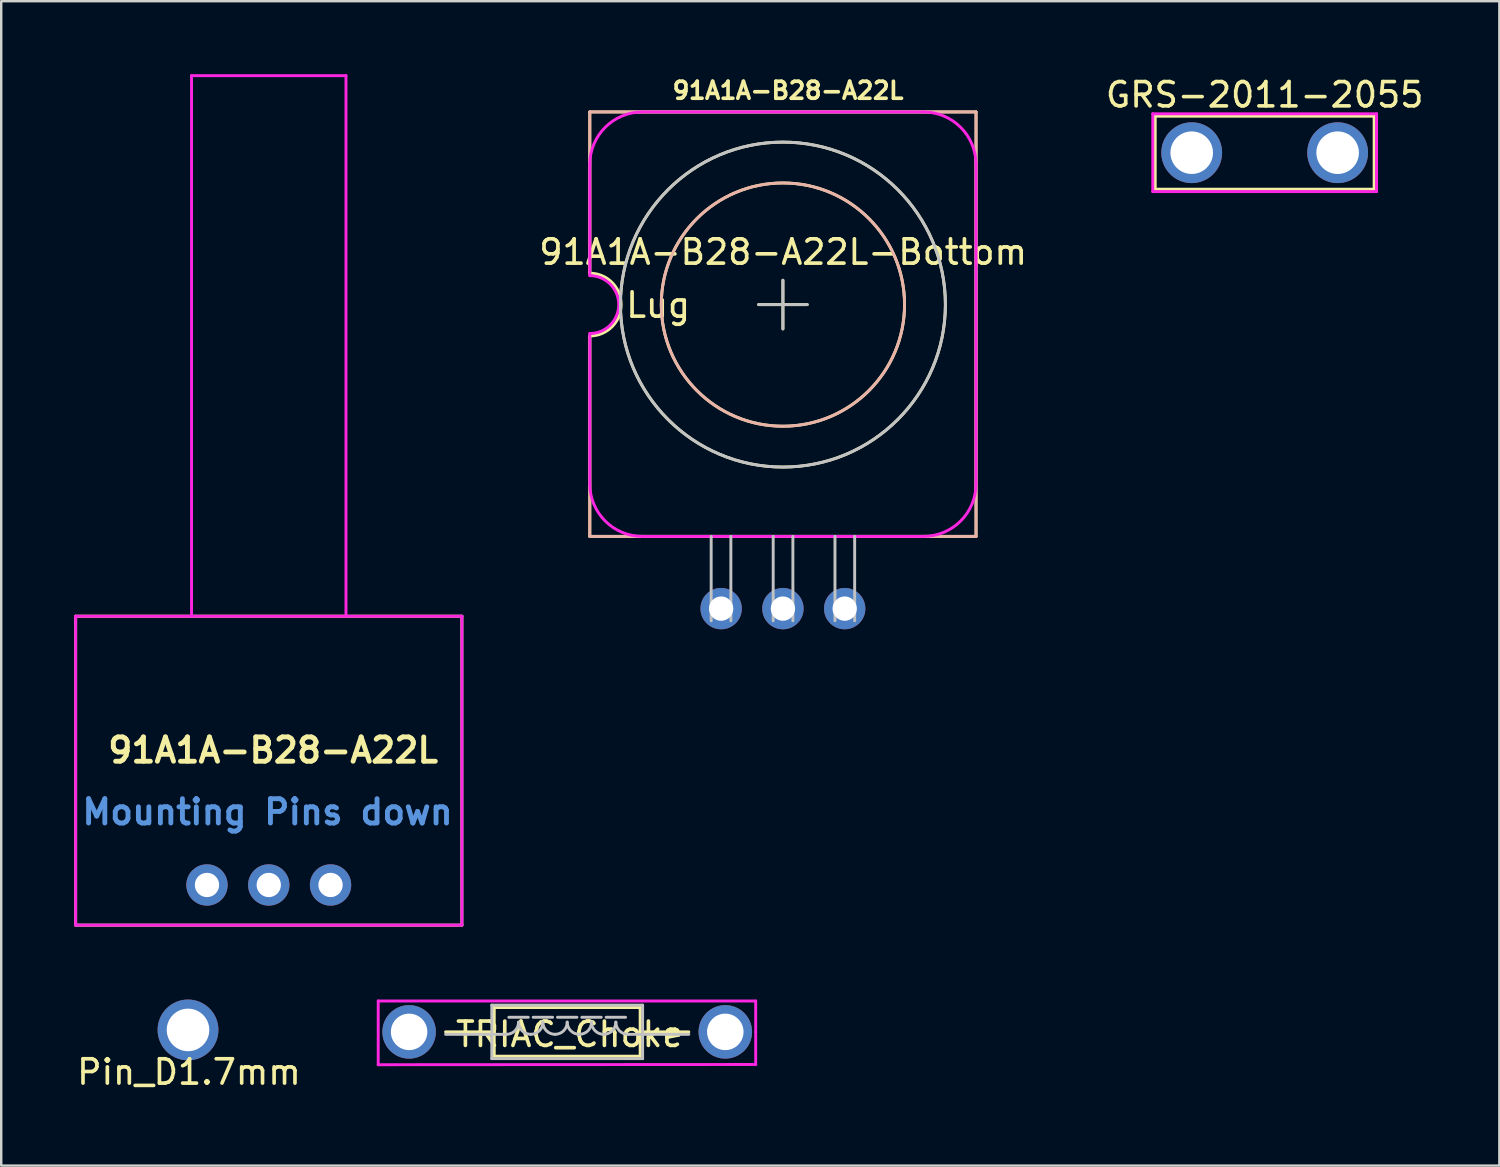
<source format=kicad_pcb>
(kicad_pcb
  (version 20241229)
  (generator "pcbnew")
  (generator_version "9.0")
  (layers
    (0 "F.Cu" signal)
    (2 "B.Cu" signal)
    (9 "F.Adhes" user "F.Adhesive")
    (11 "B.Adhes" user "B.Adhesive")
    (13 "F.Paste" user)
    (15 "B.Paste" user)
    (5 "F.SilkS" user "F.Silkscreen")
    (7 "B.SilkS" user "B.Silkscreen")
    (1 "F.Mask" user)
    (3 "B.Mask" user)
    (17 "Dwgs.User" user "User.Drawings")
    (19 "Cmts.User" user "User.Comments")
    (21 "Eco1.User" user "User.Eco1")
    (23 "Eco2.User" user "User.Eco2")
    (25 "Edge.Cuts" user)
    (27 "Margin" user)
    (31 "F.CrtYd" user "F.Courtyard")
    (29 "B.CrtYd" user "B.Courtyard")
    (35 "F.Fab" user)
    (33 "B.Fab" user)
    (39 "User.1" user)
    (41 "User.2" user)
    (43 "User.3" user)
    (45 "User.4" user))
  (footprint "91A1A-B28-A22L"
    (layer "F.Cu")
    (at 8 33.335)
    (property "Reference" "91A1A-B28-A22L" (at 0.18 -5.54 0) (layer "F.SilkS") (effects (font (size 1 1) (thickness 0.2))))
    (attr through_hole)
    (fp_line (start -7.94 -11.05) (end -7.94 1.65) (stroke (width 0.12) (type solid)) (layer "F.SilkS"))
    (fp_line (start -7.94 -11.05) (end 7.94 -11.05) (stroke (width 0.12) (type solid)) (layer "F.SilkS"))
    (fp_line (start -7.94 1.65) (end 7.94 1.65) (stroke (width 0.12) (type solid)) (layer "F.SilkS"))
    (fp_line (start 7.94 1.65) (end 7.94 -11.05) (stroke (width 0.12) (type solid)) (layer "F.SilkS"))
    (fp_line (start -7.94 -11.05) (end -7.94 1.65) (stroke (width 0.12) (type solid)) (layer "F.CrtYd"))
    (fp_line (start -7.94 1.65) (end 7.94 1.65) (stroke (width 0.12) (type solid)) (layer "F.CrtYd"))
    (fp_line (start -3.175 -33.275) (end -3.175 -11.05) (stroke (width 0.12) (type solid)) (layer "F.CrtYd"))
    (fp_line (start 3.175 -33.275) (end -3.175 -33.275) (stroke (width 0.12) (type solid)) (layer "F.CrtYd"))
    (fp_line (start 3.175 -33.275) (end 3.175 -11.05) (stroke (width 0.12) (type solid)) (layer "F.CrtYd"))
    (fp_line (start 7.94 -11.05) (end -7.94 -11.05) (stroke (width 0.12) (type solid)) (layer "F.CrtYd"))
    (fp_line (start 7.94 1.64) (end 7.94 -11.05) (stroke (width 0.12) (type solid)) (layer "F.CrtYd"))
    (fp_text user "Mounting Pins down" (at -0.05 -3 0) (layer "Cmts.User") (effects (font (size 1 1) (thickness 0.2))))
    (pad "1" thru_hole circle (at -2.54 0) (size 1.7 1.7) (drill 1) (layers "*.Cu" "*.Mask"))
    (pad "2" thru_hole circle (at 0 0) (size 1.7 1.7) (drill 1) (layers "*.Cu" "*.Mask"))
    (pad "3" thru_hole circle (at 2.54 0) (size 1.7 1.7) (drill 1) (layers "*.Cu" "*.Mask")))
  (footprint "91A1A-B28-A22L-Bottom"
    (layer "F.Cu")
    (at 29.139 9.473)
    (property "Reference" "91A1A-B28-A22L-Bottom" (at 0.01 -2.16 0) (layer "F.SilkS") (effects (font (size 1 1) (thickness 0.15))))
    (attr through_hole)
    (fp_line (start -7.94 -7.92) (end 7.94 -7.92) (stroke (width 0.12) (type solid)) (layer "F.SilkS"))
    (fp_line (start -7.94 -1.29) (end -7.94 -7.92) (stroke (width 0.12) (type solid)) (layer "F.SilkS"))
    (fp_line (start -7.94 9.53) (end -7.94 1.29) (stroke (width 0.12) (type solid)) (layer "F.SilkS"))
    (fp_line (start 0 -1) (end 0 1) (stroke (width 0.12) (type solid)) (layer "F.SilkS"))
    (fp_line (start 1 0) (end -1 0) (stroke (width 0.12) (type solid)) (layer "F.SilkS"))
    (fp_line (start 7.94 -7.92) (end 7.94 9.53) (stroke (width 0.12) (type solid)) (layer "F.SilkS"))
    (fp_line (start 7.94 9.53) (end -7.94 9.53) (stroke (width 0.12) (type solid)) (layer "F.SilkS"))
    (fp_arc (start -7.94 -1.29) (mid -6.65 0) (end -7.94 1.29) (stroke (width 0.12) (type solid)) (layer "F.SilkS"))
    (fp_circle (center 0 0) (end 5 0.08) (stroke (width 0.12) (type solid)) (fill no) (layer "F.SilkS"))
    (fp_circle (center 0 0) (end 6.68 0) (stroke (width 0.12) (type solid)) (fill no) (layer "F.SilkS"))
    (fp_line (start -7.94 -7.92) (end 7.94 -7.92) (stroke (width 0.12) (type solid)) (layer "B.SilkS"))
    (fp_line (start -7.94 -1.29) (end -7.94 -7.92) (stroke (width 0.12) (type solid)) (layer "B.SilkS"))
    (fp_line (start -7.94 9.53) (end -7.94 1.29) (stroke (width 0.12) (type solid)) (layer "B.SilkS"))
    (fp_line (start 7.94 -7.92) (end 7.94 9.53) (stroke (width 0.12) (type solid)) (layer "B.SilkS"))
    (fp_line (start 7.94 9.53) (end -7.94 9.53) (stroke (width 0.12) (type solid)) (layer "B.SilkS"))
    (fp_circle (center 0 0) (end 5.001 0) (stroke (width 0.12) (type solid)) (fill no) (layer "B.SilkS"))
    (fp_line (start -2.95 13) (end -2.95 9.53) (stroke (width 0.12) (type solid)) (layer "Dwgs.User"))
    (fp_line (start -2.14 13) (end -2.14 9.53) (stroke (width 0.12) (type solid)) (layer "Dwgs.User"))
    (fp_line (start -1 0) (end 1 0) (stroke (width 0.12) (type solid)) (layer "Dwgs.User"))
    (fp_line (start -0.4 9.53) (end -0.4 13) (stroke (width 0.12) (type solid)) (layer "Dwgs.User"))
    (fp_line (start 0 1) (end 0 -1) (stroke (width 0.12) (type solid)) (layer "Dwgs.User"))
    (fp_line (start 0.41 13) (end 0.41 9.53) (stroke (width 0.12) (type solid)) (layer "Dwgs.User"))
    (fp_line (start 2.14 13) (end 2.14 9.53) (stroke (width 0.12) (type solid)) (layer "Dwgs.User"))
    (fp_line (start 2.95 13) (end 2.95 9.53) (stroke (width 0.12) (type solid)) (layer "Dwgs.User"))
    (fp_circle (center 0 0) (end 6.68 0) (stroke (width 0.12) (type solid)) (fill no) (layer "Dwgs.User"))
    (fp_line (start -7.94 -1.19) (end -7.94 -5.76) (stroke (width 0.12) (type solid)) (layer "F.CrtYd"))
    (fp_line (start -7.94 1.19) (end -7.94 7.37) (stroke (width 0.12) (type solid)) (layer "F.CrtYd"))
    (fp_line (start 5.78 -7.92) (end -5.78 -7.92) (stroke (width 0.12) (type solid)) (layer "F.CrtYd"))
    (fp_line (start 5.78 9.53) (end -5.78 9.53) (stroke (width 0.12) (type solid)) (layer "F.CrtYd"))
    (fp_line (start 7.94 -5.76) (end 7.94 7.37) (stroke (width 0.12) (type solid)) (layer "F.CrtYd"))
    (fp_arc (start -7.94 -5.76) (mid -7.307351 -7.287351) (end -5.78 -7.92) (stroke (width 0.12) (type solid)) (layer "F.CrtYd"))
    (fp_arc (start -7.94 -1.19) (mid -6.75 0) (end -7.94 1.19) (stroke (width 0.12) (type solid)) (layer "F.CrtYd"))
    (fp_arc (start -5.78 9.53) (mid -7.307351 8.897351) (end -7.94 7.37) (stroke (width 0.12) (type solid)) (layer "F.CrtYd"))
    (fp_arc (start 5.78 -7.92) (mid 7.307351 -7.287351) (end 7.94 -5.76) (stroke (width 0.12) (type solid)) (layer "F.CrtYd"))
    (fp_arc (start 7.94 7.37) (mid 7.307351 8.897351) (end 5.78 9.53) (stroke (width 0.12) (type solid)) (layer "F.CrtYd"))
    (fp_text user "Lug" (at -5.13 0.02 0) (layer "F.SilkS") (effects (font (size 1 1) (thickness 0.15))))
    (fp_text user "91A1A-B28-A22L" (at 0.21 -8.8 0) (layer "F.SilkS") (effects (font (size 0.7 0.7) (thickness 0.15))))
    (pad "1" thru_hole circle (at -2.54 12.5) (size 1.7 1.7) (drill 1) (layers "*.Cu" "*.Mask"))
    (pad "2" thru_hole circle (at 0 12.5) (size 1.7 1.7) (drill 1) (layers "*.Cu" "*.Mask"))
    (pad "3" thru_hole circle (at 2.54 12.5) (size 1.7 1.7) (drill 1) (layers "*.Cu" "*.Mask")))
  (footprint "GRS-2011-2055"
    (layer "F.Cu")
    (at 48.946 3.228)
    (property "Reference" "GRS-2011-2055" (at 0 -2.38 0) (layer "F.SilkS") (effects (font (size 1 1) (thickness 0.15))))
    (attr through_hole)
    (fp_line (start -4.5 -1.5) (end -4.5 1.5) (stroke (width 0.12) (type solid)) (layer "F.SilkS"))
    (fp_line (start -4.5 -1.5) (end 4.5 -1.5) (stroke (width 0.12) (type solid)) (layer "F.SilkS"))
    (fp_line (start 4.5 -1.5) (end 4.5 1.5) (stroke (width 0.12) (type solid)) (layer "F.SilkS"))
    (fp_line (start 4.5 1.5) (end -4.5 1.5) (stroke (width 0.12) (type solid)) (layer "F.SilkS"))
    (fp_line (start -4.6 -1.6) (end -4.6 1.6) (stroke (width 0.12) (type solid)) (layer "F.CrtYd"))
    (fp_line (start -4.6 1.6) (end 4.6 1.6) (stroke (width 0.12) (type solid)) (layer "F.CrtYd"))
    (fp_line (start 4.6 -1.6) (end -4.6 -1.6) (stroke (width 0.12) (type solid)) (layer "F.CrtYd"))
    (fp_line (start 4.6 1.6) (end 4.6 -1.6) (stroke (width 0.12) (type solid)) (layer "F.CrtYd"))
    (pad "1" thru_hole circle (at -3 0) (size 2.5 2.5) (drill 1.75) (layers "*.Cu" "*.Mask"))
    (pad "2" thru_hole circle (at 3 0) (size 2.5 2.5) (drill 1.75) (layers "*.Cu" "*.Mask")))
  (footprint "Pin_D1.7mm"
    (layer "F.Cu")
    (at 4.68 39.295)
    (property "Reference" "Pin_D1.7mm" (at 0.04 1.73 0) (layer "F.SilkS") (effects (font (size 1 1) (thickness 0.15))))
    (attr through_hole)
    (pad "1" thru_hole circle (at 0 0) (size 2.5 2.5) (drill 1.75) (layers "*.Cu" "*.Mask")))
  (footprint "TRIAC_Choke"
    (layer "F.Cu")
    (at 20.27 39.375)
    (property "Reference" "TRIAC_Choke" (at 0.1 0.1 0) (layer "F.SilkS") (effects (font (size 1 1) (thickness 0.15))))
    (attr through_hole)
    (fp_line (start -3 -1) (end 3 -1) (stroke (width 0.12) (type solid)) (layer "F.SilkS"))
    (fp_line (start -3 0) (end -5 0) (stroke (width 0.12) (type solid)) (layer "F.SilkS"))
    (fp_line (start -3 0) (end -3 -1) (stroke (width 0.12) (type solid)) (layer "F.SilkS"))
    (fp_line (start -3 1) (end -3 0) (stroke (width 0.12) (type solid)) (layer "F.SilkS"))
    (fp_line (start 3 -1) (end 3 0) (stroke (width 0.12) (type solid)) (layer "F.SilkS"))
    (fp_line (start 3 0) (end 3 1) (stroke (width 0.12) (type solid)) (layer "F.SilkS"))
    (fp_line (start 3 0) (end 5 0) (stroke (width 0.12) (type solid)) (layer "F.SilkS"))
    (fp_line (start 3 1) (end -3 1) (stroke (width 0.12) (type solid)) (layer "F.SilkS"))
    (fp_line (start -3.1 -1.1) (end 3.1 -1.1) (stroke (width 0.12) (type solid)) (layer "Dwgs.User"))
    (fp_line (start -3.1 1.1) (end -3.1 -1.1) (stroke (width 0.12) (type solid)) (layer "Dwgs.User"))
    (fp_line (start -2.5 0.1) (end -5 0.1) (stroke (width 0.12) (type solid)) (layer "Dwgs.User"))
    (fp_line (start -2.4 -0.6) (end -1.6 -0.6) (stroke (width 0.12) (type solid)) (layer "Dwgs.User"))
    (fp_line (start -1.4 -0.6) (end -0.6 -0.6) (stroke (width 0.12) (type solid)) (layer "Dwgs.User"))
    (fp_line (start -0.4 -0.6) (end 0.4 -0.6) (stroke (width 0.12) (type solid)) (layer "Dwgs.User"))
    (fp_line (start 0.6 -0.6) (end 1.4 -0.6) (stroke (width 0.12) (type solid)) (layer "Dwgs.User"))
    (fp_line (start 1.6 -0.6) (end 2.4 -0.6) (stroke (width 0.12) (type solid)) (layer "Dwgs.User"))
    (fp_line (start 2.5 0.1) (end 5 0.1) (stroke (width 0.12) (type solid)) (layer "Dwgs.User"))
    (fp_line (start 3.1 -1.1) (end 3.1 1.1) (stroke (width 0.12) (type solid)) (layer "Dwgs.User"))
    (fp_line (start 3.1 1.1) (end -3.1 1.1) (stroke (width 0.12) (type solid)) (layer "Dwgs.User"))
    (fp_arc (start -2 -0.4) (mid -2.146447 -0.046447) (end -2.5 0.1) (stroke (width 0.12) (type solid)) (layer "Dwgs.User"))
    (fp_arc (start -1.5 0.1) (mid -1.853553 -0.046447) (end -2 -0.4) (stroke (width 0.12) (type solid)) (layer "Dwgs.User"))
    (fp_arc (start -1 -0.4) (mid -1.146447 -0.046447) (end -1.5 0.1) (stroke (width 0.12) (type solid)) (layer "Dwgs.User"))
    (fp_arc (start -0.5 0.1) (mid -0.853553 -0.046447) (end -1 -0.4) (stroke (width 0.12) (type solid)) (layer "Dwgs.User"))
    (fp_arc (start 0 -0.4) (mid -0.146447 -0.046447) (end -0.5 0.1) (stroke (width 0.12) (type solid)) (layer "Dwgs.User"))
    (fp_arc (start 0.5 0.1) (mid 0.146447 -0.046447) (end 0 -0.4) (stroke (width 0.12) (type solid)) (layer "Dwgs.User"))
    (fp_arc (start 1 -0.4) (mid 0.853553 -0.046447) (end 0.5 0.1) (stroke (width 0.12) (type solid)) (layer "Dwgs.User"))
    (fp_arc (start 1.5 0.1) (mid 1.146447 -0.046447) (end 1 -0.4) (stroke (width 0.12) (type solid)) (layer "Dwgs.User"))
    (fp_arc (start 2 -0.4) (mid 1.853553 -0.046447) (end 1.5 0.1) (stroke (width 0.12) (type solid)) (layer "Dwgs.User"))
    (fp_arc (start 2.5 0.1) (mid 2.146447 -0.046447) (end 2 -0.4) (stroke (width 0.12) (type solid)) (layer "Dwgs.User"))
    (fp_line (start -7.77 -1.27) (end -7.77 1.35) (stroke (width 0.12) (type solid)) (layer "F.CrtYd"))
    (fp_line (start -7.77 1.35) (end 7.75 1.34) (stroke (width 0.12) (type solid)) (layer "F.CrtYd"))
    (fp_line (start 7.75 -1.27) (end -7.77 -1.27) (stroke (width 0.12) (type solid)) (layer "F.CrtYd"))
    (fp_line (start 7.75 0.01) (end 7.75 -1.27) (stroke (width 0.12) (type solid)) (layer "F.CrtYd"))
    (fp_line (start 7.75 1.34) (end 7.75 0.01) (stroke (width 0.12) (type solid)) (layer "F.CrtYd"))
    (pad "1" thru_hole circle (at -6.5 0) (size 2.2 2.2) (drill 1.5) (layers "*.Cu" "*.Mask"))
    (pad "2" thru_hole circle (at 6.5 0) (size 2.2 2.2) (drill 1.5) (layers "*.Cu" "*.Mask")))
  (gr_rect
    (start -3 -3)
    (end 58.595 44.873)
    (stroke (width 0.1) (type default))
    (fill no)
    (layer "Edge.Cuts")))
</source>
